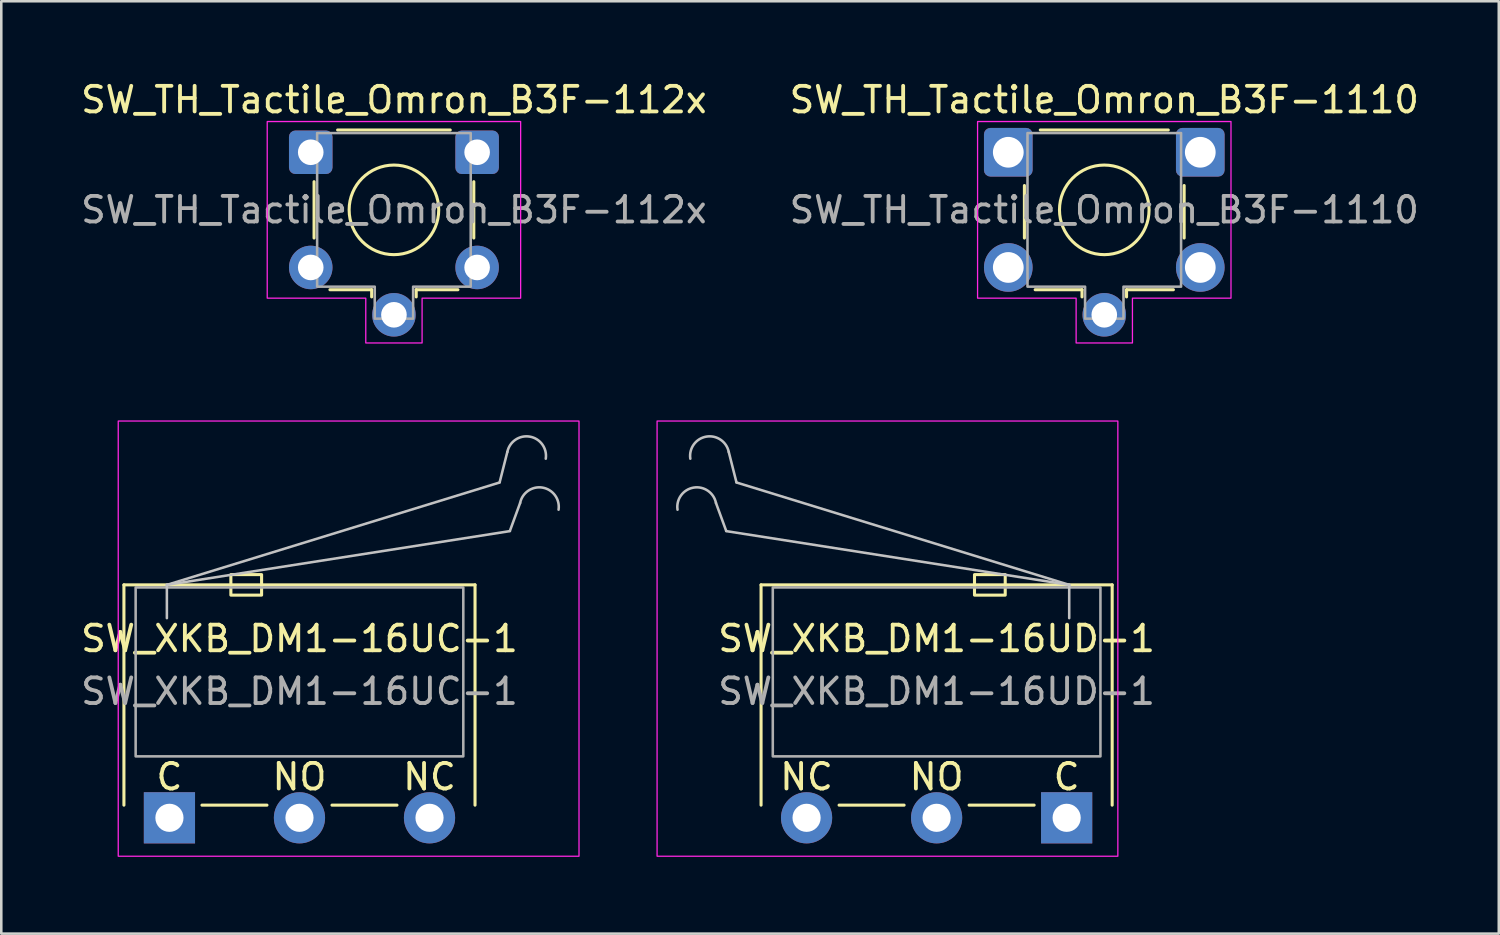
<source format=kicad_pcb>
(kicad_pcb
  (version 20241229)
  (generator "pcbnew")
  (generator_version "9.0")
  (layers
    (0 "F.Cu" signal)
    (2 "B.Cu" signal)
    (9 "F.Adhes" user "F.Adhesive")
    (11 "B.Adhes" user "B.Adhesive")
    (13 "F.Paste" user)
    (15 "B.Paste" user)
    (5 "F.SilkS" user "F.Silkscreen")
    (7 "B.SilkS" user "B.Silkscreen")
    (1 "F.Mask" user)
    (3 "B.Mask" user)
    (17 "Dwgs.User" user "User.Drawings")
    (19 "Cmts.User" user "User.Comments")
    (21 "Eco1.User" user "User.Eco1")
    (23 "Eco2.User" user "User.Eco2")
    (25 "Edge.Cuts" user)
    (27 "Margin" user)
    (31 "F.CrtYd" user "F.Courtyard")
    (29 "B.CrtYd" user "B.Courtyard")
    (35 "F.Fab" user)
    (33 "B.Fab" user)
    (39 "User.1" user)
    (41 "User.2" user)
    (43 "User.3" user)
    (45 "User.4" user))
  (footprint "SW_XKB_DM1-16UD-1"
    (layer "F.Cu")
    (at 38.619 28.898)
    (property "Reference" "SW_XKB_DM1-16UD-1" (at -5.08 -7 0) (unlocked yes) (layer "F.SilkS") (effects (font (size 1 1) (thickness 0.15))))
    (attr through_hole)
    (fp_line (start -11.938 -9.1) (end -11.938 -0.495) (stroke (width 0.12) (type solid)) (layer "F.SilkS"))
    (fp_line (start -8.89 -0.495) (end -6.35 -0.495) (stroke (width 0.12) (type solid)) (layer "F.SilkS"))
    (fp_line (start -1.27 -0.495) (end -3.81 -0.495) (stroke (width 0.12) (type solid)) (layer "F.SilkS"))
    (fp_line (start 1.778 -9.1) (end -11.938 -9.1) (stroke (width 0.12) (type solid)) (layer "F.SilkS"))
    (fp_line (start 1.778 -0.495) (end 1.778 -9.1) (stroke (width 0.12) (type solid)) (layer "F.SilkS"))
    (fp_rect (start -3.6 -9.5) (end -2.4 -8.7) (stroke (width 0.12) (type solid)) (fill no) (layer "F.SilkS"))
    (fp_line (start -13.3 -11.208) (end -13.7 -12.3) (stroke (width 0.1) (type default)) (layer "Dwgs.User"))
    (fp_line (start -13.3 -11.2) (end 0.1 -9.1) (stroke (width 0.1) (type default)) (layer "Dwgs.User"))
    (fp_line (start -12.9 -13.108) (end -13.2 -14.292) (stroke (width 0.1) (type default)) (layer "Dwgs.User"))
    (fp_line (start 0.1 -9.1) (end -12.9 -13.1) (stroke (width 0.1) (type solid)) (layer "Dwgs.User"))
    (fp_line (start 0.1 -7.8) (end 0.1 -9.1) (stroke (width 0.1) (type default)) (layer "Dwgs.User"))
    (fp_arc (start -15.201691 -12.036627) (mid -14.57868 -12.897194) (end -13.7 -12.3) (stroke (width 0.1) (type default)) (layer "Dwgs.User"))
    (fp_arc (start -14.701691 -14.028713) (mid -14.07868 -14.88928) (end -13.2 -14.292086) (stroke (width 0.1) (type default)) (layer "Dwgs.User"))
    (fp_rect (start -16 -15.5) (end 2 1.5) (stroke (width 0.05) (type solid)) (fill no) (layer "F.CrtYd"))
    (fp_rect (start -11.48 -9) (end 1.32 -2.4) (stroke (width 0.1) (type default)) (fill no) (layer "F.Fab"))
    (fp_text user "NO" (at -5.08 -1.6 0) (unlocked yes) (layer "F.SilkS") (effects (font (size 1 1) (thickness 0.15))))
    (fp_text user "NC" (at -10.16 -1.6 0) (unlocked yes) (layer "F.SilkS") (effects (font (size 1 1) (thickness 0.15))))
    (fp_text user "C" (at 0 -1.6 0) (unlocked yes) (layer "F.SilkS") (effects (font (size 1 1) (thickness 0.15))))
    (fp_text user "${REFERENCE}" (at -5.08 -4.94 0) (unlocked yes) (layer "F.Fab") (effects (font (size 1 1) (thickness 0.15))))
    (pad "1" thru_hole rect (at 0 0) (size 2 2) (drill 1.1) (layers "*.Cu" "*.Mask"))
    (pad "2" thru_hole circle (at -5.08 0) (size 2 2) (drill 1.1) (layers "*.Cu" "*.Mask"))
    (pad "3" thru_hole circle (at -10.16 0) (size 2 2) (drill 1.1) (layers "*.Cu" "*.Mask")))
  (footprint "SW_TH_Tactile_Omron_B3F-1110"
    (layer "F.Cu")
    (at 36.339 2.898)
    (property "Reference" "SW_TH_Tactile_Omron_B3F-1110" (at 3.75 -2.05 0) (layer "F.SilkS") (effects (font (size 1 1) (thickness 0.15))))
    (attr through_hole)
    (fp_line (start 0.63 3.35) (end 0.63 1.3) (stroke (width 0.12) (type solid)) (layer "F.SilkS"))
    (fp_line (start 1.05 5.37) (end 2.88 5.37) (stroke (width 0.12) (type solid)) (layer "F.SilkS"))
    (fp_line (start 1.25 -0.87) (end 6.25 -0.87) (stroke (width 0.12) (type solid)) (layer "F.SilkS"))
    (fp_line (start 2.88 5.37) (end 2.88 5.65) (stroke (width 0.12) (type solid)) (layer "F.SilkS"))
    (fp_line (start 4.62 5.37) (end 6.45 5.37) (stroke (width 0.12) (type solid)) (layer "F.SilkS"))
    (fp_line (start 4.62 5.65) (end 4.62 5.37) (stroke (width 0.12) (type solid)) (layer "F.SilkS"))
    (fp_line (start 6.87 1.3) (end 6.87 3.35) (stroke (width 0.12) (type solid)) (layer "F.SilkS"))
    (fp_circle (center 3.75 2.25) (end 5.5 2.25) (stroke (width 0.12) (type solid)) (fill no) (layer "F.SilkS"))
    (fp_poly (pts (xy -1.2 -1.2) (xy 8.7 -1.2) (xy 8.7 5.7) (xy 4.85 5.7) (xy 4.85 7.45) (xy 2.65 7.45) (xy 2.65 5.7) (xy -1.2 5.7)) (stroke (width 0.05) (type solid)) (fill no) (layer "F.CrtYd"))
    (fp_poly (pts (xy 0.75 -0.75) (xy 6.75 -0.75) (xy 6.75 5.25) (xy 4.5 5.25) (xy 4.5 6.5) (xy 3 6.5) (xy 3 5.25) (xy 0.75 5.25)) (stroke (width 0.1) (type solid)) (fill no) (layer "F.Fab"))
    (fp_text user "${REFERENCE}" (at 3.75 2.25 0) (layer "F.Fab") (effects (font (size 1 1) (thickness 0.15))))
    (pad "1" thru_hole roundrect (at 0 0) (size 1.9 1.9) (drill 1.2) (layers "*.Cu" "*.Mask") (roundrect_rratio 0.132))
    (pad "1" thru_hole roundrect (at 7.5 0) (size 1.9 1.9) (drill 1.2) (layers "*.Cu" "*.Mask") (roundrect_rratio 0.132))
    (pad "2" thru_hole circle (at 0 4.5) (size 1.9 1.9) (drill 1.2) (layers "*.Cu" "*.Mask"))
    (pad "2" thru_hole circle (at 7.5 4.5) (size 1.9 1.9) (drill 1.2) (layers "*.Cu" "*.Mask"))
    (pad "SH" thru_hole circle (at 3.75 6.35) (size 1.7 1.7) (drill 1) (layers "*.Cu" "*.Mask")))
  (footprint "SW_TH_Tactile_Omron_B3F-112x"
    (layer "F.Cu")
    (at 9.089 2.898)
    (property "Reference" "SW_TH_Tactile_Omron_B3F-112x" (at 3.25 -2.05 0) (layer "F.SilkS") (effects (font (size 1 1) (thickness 0.15))))
    (attr through_hole)
    (fp_line (start 0.13 3.35) (end 0.13 1.15) (stroke (width 0.12) (type solid)) (layer "F.SilkS"))
    (fp_line (start 0.75 5.37) (end 2.38 5.37) (stroke (width 0.12) (type solid)) (layer "F.SilkS"))
    (fp_line (start 1.05 -0.87) (end 5.45 -0.87) (stroke (width 0.12) (type solid)) (layer "F.SilkS"))
    (fp_line (start 2.38 5.37) (end 2.38 5.65) (stroke (width 0.12) (type solid)) (layer "F.SilkS"))
    (fp_line (start 4.12 5.37) (end 5.75 5.37) (stroke (width 0.12) (type solid)) (layer "F.SilkS"))
    (fp_line (start 4.12 5.65) (end 4.12 5.37) (stroke (width 0.12) (type solid)) (layer "F.SilkS"))
    (fp_line (start 6.37 1.15) (end 6.37 3.35) (stroke (width 0.12) (type solid)) (layer "F.SilkS"))
    (fp_circle (center 3.25 2.25) (end 5 2.25) (stroke (width 0.12) (type solid)) (fill no) (layer "F.SilkS"))
    (fp_poly (pts (xy -1.7 -1.2) (xy 8.2 -1.2) (xy 8.2 5.7) (xy 4.35 5.7) (xy 4.35 7.45) (xy 2.15 7.45) (xy 2.15 5.7) (xy -1.7 5.7)) (stroke (width 0.05) (type solid)) (fill no) (layer "F.CrtYd"))
    (fp_poly (pts (xy 0.25 -0.75) (xy 6.25 -0.75) (xy 6.25 5.25) (xy 4 5.25) (xy 4 6.5) (xy 2.5 6.5) (xy 2.5 5.25) (xy 0.25 5.25)) (stroke (width 0.1) (type solid)) (fill no) (layer "F.Fab"))
    (fp_text user "${REFERENCE}" (at 3.25 2.25 0) (layer "F.Fab") (effects (font (size 1 1) (thickness 0.15))))
    (pad "1" thru_hole roundrect (at 0 0) (size 1.7 1.7) (drill 1) (layers "*.Cu" "*.Mask") (roundrect_rratio 0.147))
    (pad "1" thru_hole roundrect (at 6.5 0) (size 1.7 1.7) (drill 1) (layers "*.Cu" "*.Mask") (roundrect_rratio 0.147))
    (pad "2" thru_hole circle (at 0 4.5) (size 1.7 1.7) (drill 1) (layers "*.Cu" "*.Mask"))
    (pad "2" thru_hole circle (at 6.5 4.5) (size 1.7 1.7) (drill 1) (layers "*.Cu" "*.Mask"))
    (pad "SH" thru_hole circle (at 3.25 6.35) (size 1.7 1.7) (drill 1) (layers "*.Cu" "*.Mask")))
  (footprint "SW_XKB_DM1-16UC-1"
    (layer "F.Cu")
    (at 3.569 28.898)
    (property "Reference" "SW_XKB_DM1-16UC-1" (at 5.08 -7 0) (unlocked yes) (layer "F.SilkS") (effects (font (size 1 1) (thickness 0.15))))
    (attr through_hole)
    (fp_line (start -1.778 -9.1) (end -1.778 -0.495) (stroke (width 0.12) (type solid)) (layer "F.SilkS"))
    (fp_line (start 1.27 -0.495) (end 3.81 -0.495) (stroke (width 0.12) (type solid)) (layer "F.SilkS"))
    (fp_line (start 8.89 -0.495) (end 6.35 -0.495) (stroke (width 0.12) (type solid)) (layer "F.SilkS"))
    (fp_line (start 11.938 -9.1) (end -1.778 -9.1) (stroke (width 0.12) (type solid)) (layer "F.SilkS"))
    (fp_line (start 11.938 -0.495) (end 11.938 -9.1) (stroke (width 0.12) (type solid)) (layer "F.SilkS"))
    (fp_rect (start 3.6 -9.5) (end 2.4 -8.7) (stroke (width 0.12) (type solid)) (fill no) (layer "F.SilkS"))
    (fp_line (start -0.1 -9.1) (end 12.9 -13.1) (stroke (width 0.1) (type solid)) (layer "Dwgs.User"))
    (fp_line (start -0.1 -7.8) (end -0.1 -9.1) (stroke (width 0.1) (type default)) (layer "Dwgs.User"))
    (fp_line (start 12.9 -13.108) (end 13.2 -14.292) (stroke (width 0.1) (type default)) (layer "Dwgs.User"))
    (fp_line (start 13.3 -11.208) (end 13.7 -12.3) (stroke (width 0.1) (type default)) (layer "Dwgs.User"))
    (fp_line (start 13.3 -11.2) (end -0.1 -9.1) (stroke (width 0.1) (type default)) (layer "Dwgs.User"))
    (fp_arc (start 13.2 -14.292086) (mid 14.07868 -14.889279) (end 14.701691 -14.028713) (stroke (width 0.1) (type default)) (layer "Dwgs.User"))
    (fp_arc (start 13.7 -12.3) (mid 14.57868 -12.897193) (end 15.201691 -12.036627) (stroke (width 0.1) (type default)) (layer "Dwgs.User"))
    (fp_rect (start -2 -15.5) (end 16 1.5) (stroke (width 0.05) (type solid)) (fill no) (layer "F.CrtYd"))
    (fp_rect (start -1.32 -9) (end 11.48 -2.4) (stroke (width 0.1) (type default)) (fill no) (layer "F.Fab"))
    (fp_text user "NO" (at 5.08 -1.6 0) (unlocked yes) (layer "F.SilkS") (effects (font (size 1 1) (thickness 0.15))))
    (fp_text user "NC" (at 10.16 -1.6 0) (unlocked yes) (layer "F.SilkS") (effects (font (size 1 1) (thickness 0.15))))
    (fp_text user "C" (at 0 -1.6 0) (unlocked yes) (layer "F.SilkS") (effects (font (size 1 1) (thickness 0.15))))
    (fp_text user "${REFERENCE}" (at 5.08 -4.94 0) (unlocked yes) (layer "F.Fab") (effects (font (size 1 1) (thickness 0.15))))
    (pad "1" thru_hole rect (at 0 0) (size 2 2) (drill 1.1) (layers "*.Cu" "*.Mask"))
    (pad "2" thru_hole circle (at 5.08 0) (size 2 2) (drill 1.1) (layers "*.Cu" "*.Mask"))
    (pad "3" thru_hole circle (at 10.16 0) (size 2 2) (drill 1.1) (layers "*.Cu" "*.Mask")))
  (gr_rect
    (start -3 -3)
    (end 55.5 33.423)
    (stroke (width 0.1) (type default))
    (fill no)
    (layer "Edge.Cuts")))
</source>
